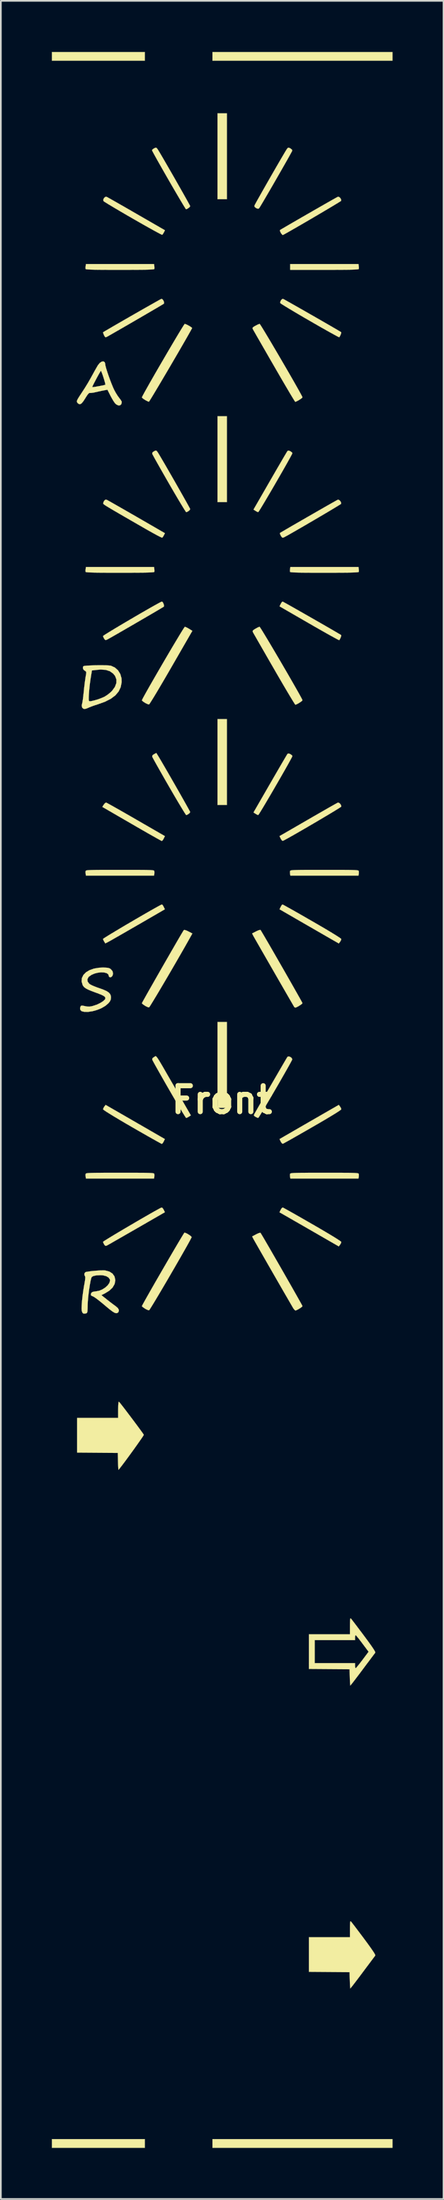
<source format=kicad_pcb>
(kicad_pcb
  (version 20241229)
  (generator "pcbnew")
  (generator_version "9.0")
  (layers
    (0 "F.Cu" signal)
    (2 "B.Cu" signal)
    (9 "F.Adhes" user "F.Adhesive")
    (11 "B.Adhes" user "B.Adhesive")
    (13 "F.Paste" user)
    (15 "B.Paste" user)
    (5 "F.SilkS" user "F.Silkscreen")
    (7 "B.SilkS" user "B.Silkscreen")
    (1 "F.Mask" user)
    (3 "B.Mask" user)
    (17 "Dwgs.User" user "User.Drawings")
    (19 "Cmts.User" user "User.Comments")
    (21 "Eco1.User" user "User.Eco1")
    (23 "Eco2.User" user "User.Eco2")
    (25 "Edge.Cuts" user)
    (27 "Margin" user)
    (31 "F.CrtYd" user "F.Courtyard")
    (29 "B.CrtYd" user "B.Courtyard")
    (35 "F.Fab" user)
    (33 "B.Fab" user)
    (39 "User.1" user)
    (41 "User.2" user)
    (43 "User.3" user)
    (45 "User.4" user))
  (footprint "Front"
    (layer "F.Cu")
    (at 9.996 61.515)
    (property "Reference" "Front" (at 0 0 0) (layer "F.SilkS") (effects (font (size 1.524 1.524) (thickness 0.3))))
    (attr through_hole)
    (fp_poly (pts (xy -4.53 -61.002) (xy -9.991 -61.002) (xy -9.991 -61.51) (xy -4.53 -61.51) (xy -4.53 -61.002)) (stroke (width 0.01) (type solid)) (fill yes) (layer "F.SilkS"))
    (fp_poly (pts (xy -4.53 61.51) (xy -9.991 61.51) (xy -9.991 61.002) (xy -4.53 61.002) (xy -4.53 61.51)) (stroke (width 0.01) (type solid)) (fill yes) (layer "F.SilkS"))
    (fp_poly (pts (xy 0.296 -52.874) (xy -0.254 -52.874) (xy -0.254 -57.912) (xy 0.296 -57.912) (xy 0.296 -52.874)) (stroke (width 0.01) (type solid)) (fill yes) (layer "F.SilkS"))
    (fp_poly (pts (xy 0.296 -35.094) (xy -0.254 -35.094) (xy -0.254 -40.132) (xy 0.296 -40.132) (xy 0.296 -35.094)) (stroke (width 0.01) (type solid)) (fill yes) (layer "F.SilkS"))
    (fp_poly (pts (xy 0.296 -17.314) (xy -0.254 -17.314) (xy -0.254 -22.352) (xy 0.296 -22.352) (xy 0.296 -17.314)) (stroke (width 0.01) (type solid)) (fill yes) (layer "F.SilkS"))
    (fp_poly (pts (xy 0.296 0.466) (xy -0.254 0.466) (xy -0.254 -4.572) (xy 0.296 -4.572) (xy 0.296 0.466)) (stroke (width 0.01) (type solid)) (fill yes) (layer "F.SilkS"))
    (fp_poly (pts (xy 10.033 -61.002) (xy -0.55 -61.002) (xy -0.55 -61.51) (xy 10.033 -61.51) (xy 10.033 -61.002)) (stroke (width 0.01) (type solid)) (fill yes) (layer "F.SilkS"))
    (fp_poly (pts (xy 10.033 61.51) (xy -0.55 61.51) (xy -0.55 61.002) (xy 10.033 61.002) (xy 10.033 61.51)) (stroke (width 0.01) (type solid)) (fill yes) (layer "F.SilkS"))
    (fp_poly (pts (xy 8.051 -48.944) (xy 8.059 -48.839) (xy 8.053 -48.775) (xy 8.025 -48.763) (xy 7.947 -48.752) (xy 7.814 -48.744) (xy 7.621 -48.737) (xy 7.364 -48.732) (xy 7.037 -48.729) (xy 6.637 -48.727) (xy 6.158 -48.726) (xy 6.029 -48.726) (xy 4.022 -48.726) (xy 4.022 -49.064) (xy 8.034 -49.064) (xy 8.051 -48.944)) (stroke (width 0.01) (type solid)) (fill yes) (layer "F.SilkS"))
    (fp_poly (pts (xy -3.971 -48.944) (xy -3.964 -48.839) (xy -3.97 -48.775) (xy -3.998 -48.763) (xy -4.076 -48.752) (xy -4.209 -48.744) (xy -4.402 -48.737) (xy -4.659 -48.732) (xy -4.986 -48.729) (xy -5.386 -48.727) (xy -5.866 -48.726) (xy -5.99 -48.726) (xy -6.489 -48.726) (xy -6.907 -48.728) (xy -7.251 -48.731) (xy -7.524 -48.736) (xy -7.731 -48.742) (xy -7.878 -48.75) (xy -7.969 -48.76) (xy -8.008 -48.772) (xy -8.01 -48.775) (xy -8.017 -48.85) (xy -8.009 -48.944) (xy -7.991 -49.064) (xy -3.989 -49.064) (xy -3.971 -48.944)) (stroke (width 0.01) (type solid)) (fill yes) (layer "F.SilkS"))
    (fp_poly (pts (xy -3.971 -31.164) (xy -3.964 -31.059) (xy -3.97 -30.995) (xy -3.998 -30.983) (xy -4.076 -30.972) (xy -4.209 -30.964) (xy -4.402 -30.957) (xy -4.659 -30.952) (xy -4.986 -30.949) (xy -5.386 -30.947) (xy -5.866 -30.946) (xy -5.99 -30.946) (xy -6.489 -30.946) (xy -6.907 -30.948) (xy -7.251 -30.951) (xy -7.524 -30.956) (xy -7.731 -30.962) (xy -7.878 -30.97) (xy -7.969 -30.98) (xy -8.008 -30.992) (xy -8.01 -30.995) (xy -8.017 -31.07) (xy -8.009 -31.164) (xy -7.991 -31.284) (xy -3.989 -31.284) (xy -3.971 -31.164)) (stroke (width 0.01) (type solid)) (fill yes) (layer "F.SilkS"))
    (fp_poly (pts (xy 8.051 -31.164) (xy 8.059 -31.059) (xy 8.053 -30.995) (xy 8.025 -30.983) (xy 7.947 -30.972) (xy 7.814 -30.964) (xy 7.621 -30.957) (xy 7.363 -30.952) (xy 7.037 -30.949) (xy 6.636 -30.947) (xy 6.157 -30.946) (xy 6.032 -30.946) (xy 5.534 -30.946) (xy 5.115 -30.948) (xy 4.772 -30.951) (xy 4.499 -30.956) (xy 4.291 -30.962) (xy 4.145 -30.97) (xy 4.054 -30.98) (xy 4.015 -30.992) (xy 4.012 -30.995) (xy 4.006 -31.07) (xy 4.014 -31.164) (xy 4.031 -31.284) (xy 8.034 -31.284) (xy 8.051 -31.164)) (stroke (width 0.01) (type solid)) (fill yes) (layer "F.SilkS"))
    (fp_poly (pts (xy -6.802 -17.452) (xy -6.755 -17.429) (xy -6.642 -17.368) (xy -6.47 -17.273) (xy -6.248 -17.148) (xy -5.983 -16.998) (xy -5.683 -16.827) (xy -5.354 -16.639) (xy -5.048 -16.462) (xy -3.35 -15.484) (xy -3.419 -15.341) (xy -3.474 -15.249) (xy -3.524 -15.202) (xy -3.532 -15.201) (xy -3.577 -15.222) (xy -3.687 -15.282) (xy -3.856 -15.376) (xy -4.076 -15.5) (xy -4.34 -15.649) (xy -4.64 -15.821) (xy -4.969 -16.01) (xy -5.302 -16.202) (xy -7.027 -17.2) (xy -6.944 -17.331) (xy -6.875 -17.415) (xy -6.812 -17.452) (xy -6.802 -17.452)) (stroke (width 0.01) (type solid)) (fill yes) (layer "F.SilkS"))
    (fp_poly (pts (xy -5.925 0.816) (xy -5.607 0.999) (xy -5.252 1.204) (xy -4.886 1.415) (xy -4.535 1.616) (xy -4.228 1.794) (xy -4.184 1.819) (xy -3.352 2.299) (xy -3.42 2.441) (xy -3.475 2.533) (xy -3.524 2.579) (xy -3.532 2.58) (xy -3.577 2.559) (xy -3.687 2.499) (xy -3.856 2.406) (xy -4.076 2.283) (xy -4.34 2.134) (xy -4.639 1.963) (xy -4.967 1.776) (xy -5.28 1.596) (xy -5.687 1.36) (xy -6.046 1.149) (xy -6.353 0.965) (xy -6.604 0.811) (xy -6.795 0.691) (xy -6.922 0.605) (xy -6.979 0.557) (xy -6.983 0.55) (xy -6.959 0.472) (xy -6.909 0.39) (xy -6.834 0.294) (xy -5.925 0.816)) (stroke (width 0.01) (type solid)) (fill yes) (layer "F.SilkS"))
    (fp_poly (pts (xy -5.525 -13.504) (xy -5.138 -13.504) (xy -4.821 -13.502) (xy -4.568 -13.5) (xy -4.371 -13.496) (xy -4.223 -13.491) (xy -4.117 -13.484) (xy -4.046 -13.475) (xy -4.002 -13.463) (xy -3.98 -13.449) (xy -3.971 -13.432) (xy -3.97 -13.43) (xy -3.965 -13.328) (xy -3.972 -13.261) (xy -3.989 -13.166) (xy -7.991 -13.166) (xy -8.008 -13.261) (xy -8.016 -13.372) (xy -8.01 -13.43) (xy -8.002 -13.447) (xy -7.982 -13.462) (xy -7.941 -13.473) (xy -7.874 -13.483) (xy -7.772 -13.49) (xy -7.63 -13.495) (xy -7.439 -13.499) (xy -7.192 -13.502) (xy -6.883 -13.503) (xy -6.505 -13.504) (xy -6.05 -13.504) (xy -5.99 -13.504) (xy -5.525 -13.504)) (stroke (width 0.01) (type solid)) (fill yes) (layer "F.SilkS"))
    (fp_poly (pts (xy -5.525 4.276) (xy -5.138 4.276) (xy -4.821 4.278) (xy -4.568 4.28) (xy -4.371 4.284) (xy -4.223 4.289) (xy -4.117 4.296) (xy -4.046 4.305) (xy -4.002 4.317) (xy -3.98 4.331) (xy -3.971 4.348) (xy -3.97 4.35) (xy -3.965 4.452) (xy -3.972 4.519) (xy -3.989 4.614) (xy -7.991 4.614) (xy -8.008 4.519) (xy -8.016 4.408) (xy -8.01 4.35) (xy -8.002 4.333) (xy -7.982 4.318) (xy -7.941 4.307) (xy -7.874 4.297) (xy -7.772 4.29) (xy -7.63 4.285) (xy -7.439 4.281) (xy -7.192 4.278) (xy -6.883 4.277) (xy -6.505 4.276) (xy -6.05 4.276) (xy -5.99 4.276) (xy -5.525 4.276)) (stroke (width 0.01) (type solid)) (fill yes) (layer "F.SilkS"))
    (fp_poly (pts (xy 3.609 -11.452) (xy 3.718 -11.393) (xy 3.885 -11.3) (xy 4.104 -11.178) (xy 4.366 -11.03) (xy 4.665 -10.86) (xy 4.993 -10.672) (xy 5.314 -10.488) (xy 5.726 -10.25) (xy 6.088 -10.038) (xy 6.397 -9.853) (xy 6.649 -9.7) (xy 6.84 -9.579) (xy 6.966 -9.494) (xy 7.023 -9.447) (xy 7.025 -9.44) (xy 7.001 -9.362) (xy 6.952 -9.281) (xy 6.878 -9.185) (xy 6.116 -9.622) (xy 5.854 -9.773) (xy 5.54 -9.954) (xy 5.198 -10.151) (xy 4.849 -10.351) (xy 4.517 -10.543) (xy 4.375 -10.625) (xy 3.395 -11.19) (xy 3.462 -11.331) (xy 3.515 -11.423) (xy 3.56 -11.471) (xy 3.566 -11.472) (xy 3.609 -11.452)) (stroke (width 0.01) (type solid)) (fill yes) (layer "F.SilkS"))
    (fp_poly (pts (xy 3.631 6.34) (xy 3.743 6.401) (xy 3.914 6.496) (xy 4.135 6.62) (xy 4.4 6.77) (xy 4.7 6.941) (xy 5.028 7.129) (xy 5.331 7.303) (xy 5.735 7.536) (xy 6.092 7.746) (xy 6.398 7.928) (xy 6.648 8.08) (xy 6.838 8.201) (xy 6.964 8.286) (xy 7.022 8.333) (xy 7.025 8.34) (xy 7.001 8.418) (xy 6.951 8.5) (xy 6.876 8.597) (xy 5.798 7.977) (xy 5.481 7.794) (xy 5.148 7.603) (xy 4.818 7.413) (xy 4.509 7.236) (xy 4.24 7.082) (xy 4.056 6.976) (xy 3.392 6.596) (xy 3.461 6.451) (xy 3.518 6.36) (xy 3.573 6.317) (xy 3.584 6.317) (xy 3.631 6.34)) (stroke (width 0.01) (type solid)) (fill yes) (layer "F.SilkS"))
    (fp_poly (pts (xy 6.497 -13.504) (xy 6.884 -13.504) (xy 7.201 -13.502) (xy 7.455 -13.5) (xy 7.652 -13.496) (xy 7.8 -13.491) (xy 7.906 -13.484) (xy 7.977 -13.475) (xy 8.02 -13.463) (xy 8.043 -13.449) (xy 8.052 -13.432) (xy 8.052 -13.43) (xy 8.058 -13.328) (xy 8.051 -13.261) (xy 8.033 -13.166) (xy 4.032 -13.166) (xy 4.014 -13.261) (xy 4.007 -13.372) (xy 4.013 -13.43) (xy 4.02 -13.447) (xy 4.041 -13.462) (xy 4.082 -13.473) (xy 4.149 -13.483) (xy 4.25 -13.49) (xy 4.393 -13.495) (xy 4.584 -13.499) (xy 4.83 -13.502) (xy 5.139 -13.503) (xy 5.518 -13.504) (xy 5.973 -13.504) (xy 6.032 -13.504) (xy 6.497 -13.504)) (stroke (width 0.01) (type solid)) (fill yes) (layer "F.SilkS"))
    (fp_poly (pts (xy 6.497 4.276) (xy 6.884 4.276) (xy 7.201 4.278) (xy 7.455 4.28) (xy 7.652 4.284) (xy 7.8 4.289) (xy 7.906 4.296) (xy 7.977 4.305) (xy 8.02 4.317) (xy 8.043 4.331) (xy 8.052 4.348) (xy 8.052 4.35) (xy 8.058 4.452) (xy 8.051 4.519) (xy 8.033 4.614) (xy 4.032 4.614) (xy 4.014 4.519) (xy 4.007 4.408) (xy 4.013 4.35) (xy 4.02 4.333) (xy 4.041 4.318) (xy 4.082 4.307) (xy 4.149 4.297) (xy 4.25 4.29) (xy 4.393 4.285) (xy 4.584 4.281) (xy 4.83 4.278) (xy 5.139 4.277) (xy 5.518 4.276) (xy 5.973 4.276) (xy 6.032 4.276) (xy 6.497 4.276)) (stroke (width 0.01) (type solid)) (fill yes) (layer "F.SilkS"))
    (fp_poly (pts (xy 6.951 0.39) (xy 7.006 0.483) (xy 7.025 0.55) (xy 6.989 0.586) (xy 6.882 0.661) (xy 6.71 0.772) (xy 6.476 0.915) (xy 6.185 1.09) (xy 5.841 1.293) (xy 5.447 1.521) (xy 5.332 1.587) (xy 4.985 1.787) (xy 4.66 1.972) (xy 4.364 2.141) (xy 4.105 2.288) (xy 3.89 2.409) (xy 3.726 2.499) (xy 3.622 2.556) (xy 3.585 2.573) (xy 3.534 2.547) (xy 3.475 2.466) (xy 3.463 2.442) (xy 3.394 2.299) (xy 4.227 1.819) (xy 4.525 1.647) (xy 4.87 1.448) (xy 5.236 1.237) (xy 5.595 1.031) (xy 5.921 0.843) (xy 5.968 0.816) (xy 6.877 0.294) (xy 6.951 0.39)) (stroke (width 0.01) (type solid)) (fill yes) (layer "F.SilkS"))
    (fp_poly (pts (xy -6.784 -53.013) (xy -6.733 -52.987) (xy -6.616 -52.923) (xy -6.442 -52.825) (xy -6.217 -52.698) (xy -5.95 -52.545) (xy -5.647 -52.372) (xy -5.318 -52.183) (xy -5.028 -52.016) (xy -3.346 -51.047) (xy -3.408 -50.926) (xy -3.463 -50.835) (xy -3.506 -50.783) (xy -3.507 -50.783) (xy -3.55 -50.799) (xy -3.659 -50.853) (xy -3.826 -50.942) (xy -4.044 -51.061) (xy -4.305 -51.206) (xy -4.603 -51.373) (xy -4.929 -51.559) (xy -5.232 -51.732) (xy -5.579 -51.932) (xy -5.903 -52.121) (xy -6.197 -52.294) (xy -6.454 -52.446) (xy -6.667 -52.574) (xy -6.827 -52.673) (xy -6.928 -52.738) (xy -6.961 -52.764) (xy -6.972 -52.843) (xy -6.933 -52.931) (xy -6.866 -52.999) (xy -6.79 -53.016) (xy -6.784 -53.013)) (stroke (width 0.01) (type solid)) (fill yes) (layer "F.SilkS"))
    (fp_poly (pts (xy -3.483 -11.438) (xy -3.43 -11.353) (xy -3.42 -11.331) (xy -3.352 -11.19) (xy -4.921 -10.283) (xy -5.261 -10.088) (xy -5.583 -9.902) (xy -5.88 -9.731) (xy -6.143 -9.581) (xy -6.364 -9.455) (xy -6.532 -9.359) (xy -6.641 -9.299) (xy -6.67 -9.283) (xy -6.85 -9.189) (xy -6.917 -9.292) (xy -6.967 -9.385) (xy -6.984 -9.449) (xy -6.949 -9.479) (xy -6.848 -9.544) (xy -6.692 -9.642) (xy -6.488 -9.766) (xy -6.246 -9.912) (xy -5.974 -10.074) (xy -5.682 -10.247) (xy -5.376 -10.426) (xy -5.068 -10.606) (xy -4.764 -10.782) (xy -4.475 -10.949) (xy -4.208 -11.102) (xy -3.973 -11.234) (xy -3.778 -11.343) (xy -3.633 -11.421) (xy -3.545 -11.465) (xy -3.524 -11.472) (xy -3.483 -11.438)) (stroke (width 0.01) (type solid)) (fill yes) (layer "F.SilkS"))
    (fp_poly (pts (xy 6.892 -17.438) (xy 6.965 -17.374) (xy 7.016 -17.282) (xy 7.026 -17.221) (xy 6.99 -17.192) (xy 6.89 -17.126) (xy 6.733 -17.029) (xy 6.53 -16.905) (xy 6.288 -16.759) (xy 6.016 -16.598) (xy 5.724 -16.425) (xy 5.419 -16.246) (xy 5.111 -16.066) (xy 4.809 -15.89) (xy 4.52 -15.724) (xy 4.255 -15.572) (xy 4.021 -15.44) (xy 3.828 -15.333) (xy 3.685 -15.255) (xy 3.599 -15.213) (xy 3.582 -15.207) (xy 3.533 -15.233) (xy 3.475 -15.314) (xy 3.462 -15.34) (xy 3.393 -15.484) (xy 5.07 -16.452) (xy 5.416 -16.652) (xy 5.741 -16.838) (xy 6.038 -17.008) (xy 6.298 -17.157) (xy 6.514 -17.279) (xy 6.679 -17.372) (xy 6.784 -17.43) (xy 6.821 -17.449) (xy 6.892 -17.438)) (stroke (width 0.01) (type solid)) (fill yes) (layer "F.SilkS"))
    (fp_poly (pts (xy -3.49 6.343) (xy -3.432 6.424) (xy -3.42 6.448) (xy -3.351 6.592) (xy -5.009 7.546) (xy -5.354 7.744) (xy -5.679 7.93) (xy -5.975 8.1) (xy -6.236 8.249) (xy -6.452 8.373) (xy -6.617 8.467) (xy -6.723 8.526) (xy -6.758 8.546) (xy -6.832 8.568) (xy -6.888 8.53) (xy -6.917 8.488) (xy -6.966 8.395) (xy -6.984 8.331) (xy -6.948 8.302) (xy -6.848 8.236) (xy -6.691 8.139) (xy -6.488 8.015) (xy -6.246 7.869) (xy -5.974 7.708) (xy -5.682 7.535) (xy -5.377 7.356) (xy -5.069 7.176) (xy -4.767 7) (xy -4.478 6.834) (xy -4.213 6.682) (xy -3.98 6.55) (xy -3.786 6.443) (xy -3.643 6.365) (xy -3.557 6.323) (xy -3.54 6.317) (xy -3.49 6.343)) (stroke (width 0.01) (type solid)) (fill yes) (layer "F.SilkS"))
    (fp_poly (pts (xy 3.611 -29.232) (xy 3.717 -29.174) (xy 3.878 -29.085) (xy 4.086 -28.968) (xy 4.332 -28.829) (xy 4.607 -28.673) (xy 4.902 -28.505) (xy 5.209 -28.33) (xy 5.518 -28.153) (xy 5.821 -27.98) (xy 6.108 -27.815) (xy 6.372 -27.663) (xy 6.602 -27.529) (xy 6.791 -27.419) (xy 6.929 -27.338) (xy 7.008 -27.29) (xy 7.022 -27.28) (xy 7.02 -27.235) (xy 6.99 -27.15) (xy 6.949 -27.059) (xy 6.911 -26.996) (xy 6.901 -26.988) (xy 6.86 -27.005) (xy 6.752 -27.06) (xy 6.586 -27.15) (xy 6.368 -27.27) (xy 6.107 -27.416) (xy 5.808 -27.585) (xy 5.48 -27.772) (xy 5.134 -27.971) (xy 3.396 -28.973) (xy 3.463 -29.113) (xy 3.517 -29.204) (xy 3.564 -29.251) (xy 3.57 -29.252) (xy 3.611 -29.232)) (stroke (width 0.01) (type solid)) (fill yes) (layer "F.SilkS"))
    (fp_poly (pts (xy -6.727 -35.204) (xy -6.61 -35.139) (xy -6.435 -35.04) (xy -6.209 -34.912) (xy -5.941 -34.759) (xy -5.639 -34.586) (xy -5.309 -34.397) (xy -5.024 -34.233) (xy -3.347 -33.265) (xy -3.409 -33.145) (xy -3.463 -33.054) (xy -3.507 -33.003) (xy -3.507 -33.003) (xy -3.552 -33.017) (xy -3.66 -33.068) (xy -3.821 -33.151) (xy -4.023 -33.261) (xy -4.257 -33.391) (xy -4.449 -33.5) (xy -4.945 -33.785) (xy -5.371 -34.03) (xy -5.734 -34.239) (xy -6.039 -34.416) (xy -6.29 -34.562) (xy -6.493 -34.681) (xy -6.652 -34.776) (xy -6.773 -34.849) (xy -6.86 -34.905) (xy -6.918 -34.945) (xy -6.954 -34.973) (xy -6.97 -34.992) (xy -6.973 -34.996) (xy -6.967 -35.07) (xy -6.926 -35.157) (xy -6.855 -35.23) (xy -6.779 -35.231) (xy -6.727 -35.204)) (stroke (width 0.01) (type solid)) (fill yes) (layer "F.SilkS"))
    (fp_poly (pts (xy 3.983 -38.097) (xy 4.026 -38.077) (xy 4.111 -38.019) (xy 4.149 -37.967) (xy 4.149 -37.965) (xy 4.128 -37.916) (xy 4.07 -37.804) (xy 3.979 -37.638) (xy 3.861 -37.426) (xy 3.72 -37.177) (xy 3.562 -36.9) (xy 3.392 -36.604) (xy 3.214 -36.297) (xy 3.035 -35.988) (xy 2.859 -35.687) (xy 2.69 -35.401) (xy 2.536 -35.14) (xy 2.399 -34.912) (xy 2.286 -34.726) (xy 2.201 -34.591) (xy 2.15 -34.516) (xy 2.138 -34.503) (xy 2.076 -34.524) (xy 1.984 -34.576) (xy 1.98 -34.579) (xy 1.864 -34.655) (xy 2.839 -36.344) (xy 3.04 -36.691) (xy 3.228 -37.016) (xy 3.4 -37.311) (xy 3.551 -37.57) (xy 3.677 -37.785) (xy 3.774 -37.948) (xy 3.836 -38.051) (xy 3.859 -38.087) (xy 3.907 -38.116) (xy 3.983 -38.097)) (stroke (width 0.01) (type solid)) (fill yes) (layer "F.SilkS"))
    (fp_poly (pts (xy 3.989 -20.315) (xy 4.026 -20.297) (xy 4.111 -20.239) (xy 4.149 -20.187) (xy 4.149 -20.184) (xy 4.128 -20.135) (xy 4.07 -20.023) (xy 3.979 -19.857) (xy 3.861 -19.645) (xy 3.72 -19.396) (xy 3.562 -19.119) (xy 3.392 -18.823) (xy 3.214 -18.516) (xy 3.035 -18.207) (xy 2.859 -17.906) (xy 2.69 -17.62) (xy 2.536 -17.359) (xy 2.399 -17.131) (xy 2.286 -16.945) (xy 2.201 -16.81) (xy 2.15 -16.735) (xy 2.138 -16.722) (xy 2.076 -16.744) (xy 1.984 -16.796) (xy 1.98 -16.799) (xy 1.864 -16.875) (xy 2.841 -18.566) (xy 3.041 -18.912) (xy 3.23 -19.237) (xy 3.402 -19.533) (xy 3.553 -19.792) (xy 3.679 -20.006) (xy 3.775 -20.169) (xy 3.837 -20.273) (xy 3.86 -20.308) (xy 3.91 -20.336) (xy 3.989 -20.315)) (stroke (width 0.01) (type solid)) (fill yes) (layer "F.SilkS"))
    (fp_poly (pts (xy -3.885 -2.564) (xy -3.856 -2.545) (xy -3.817 -2.502) (xy -3.766 -2.43) (xy -3.697 -2.324) (xy -3.608 -2.176) (xy -3.494 -1.983) (xy -3.352 -1.738) (xy -3.177 -1.435) (xy -2.966 -1.07) (xy -2.777 -0.743) (xy -1.824 0.907) (xy -1.939 0.982) (xy -2.031 1.035) (xy -2.095 1.058) (xy -2.096 1.058) (xy -2.126 1.023) (xy -2.193 0.921) (xy -2.293 0.76) (xy -2.422 0.548) (xy -2.575 0.292) (xy -2.749 -0.002) (xy -2.938 -0.325) (xy -3.106 -0.615) (xy -3.305 -0.96) (xy -3.491 -1.285) (xy -3.66 -1.582) (xy -3.807 -1.843) (xy -3.929 -2.059) (xy -4.02 -2.225) (xy -4.076 -2.331) (xy -4.093 -2.368) (xy -4.083 -2.441) (xy -4.002 -2.507) (xy -3.985 -2.516) (xy -3.955 -2.535) (xy -3.93 -2.553) (xy -3.908 -2.565) (xy -3.885 -2.564)) (stroke (width 0.01) (type solid)) (fill yes) (layer "F.SilkS"))
    (fp_poly (pts (xy -2.108 -27.749) (xy -1.999 -27.695) (xy -1.926 -27.652) (xy -1.736 -27.534) (xy -2.982 -25.377) (xy -3.209 -24.986) (xy -3.424 -24.618) (xy -3.624 -24.279) (xy -3.804 -23.975) (xy -3.962 -23.713) (xy -4.093 -23.499) (xy -4.193 -23.341) (xy -4.258 -23.243) (xy -4.284 -23.213) (xy -4.351 -23.229) (xy -4.458 -23.278) (xy -4.519 -23.311) (xy -4.623 -23.38) (xy -4.688 -23.438) (xy -4.699 -23.458) (xy -4.678 -23.508) (xy -4.619 -23.622) (xy -4.526 -23.792) (xy -4.404 -24.01) (xy -4.257 -24.269) (xy -4.09 -24.56) (xy -3.907 -24.877) (xy -3.714 -25.21) (xy -3.514 -25.553) (xy -3.313 -25.897) (xy -3.114 -26.235) (xy -2.923 -26.558) (xy -2.743 -26.859) (xy -2.58 -27.13) (xy -2.439 -27.364) (xy -2.323 -27.552) (xy -2.237 -27.686) (xy -2.187 -27.759) (xy -2.175 -27.771) (xy -2.108 -27.749)) (stroke (width 0.01) (type solid)) (fill yes) (layer "F.SilkS"))
    (fp_poly (pts (xy -6.015 17.758) (xy -5.936 17.856) (xy -5.823 18) (xy -5.684 18.18) (xy -5.528 18.386) (xy -5.361 18.606) (xy -5.192 18.83) (xy -5.029 19.048) (xy -4.881 19.248) (xy -4.755 19.42) (xy -4.659 19.553) (xy -4.602 19.636) (xy -4.59 19.657) (xy -4.61 19.699) (xy -4.674 19.798) (xy -4.774 19.943) (xy -4.902 20.126) (xy -5.05 20.335) (xy -5.212 20.561) (xy -5.38 20.792) (xy -5.546 21.019) (xy -5.702 21.23) (xy -5.843 21.417) (xy -5.959 21.568) (xy -6.043 21.673) (xy -6.077 21.712) (xy -6.084 21.679) (xy -6.092 21.577) (xy -6.099 21.422) (xy -6.105 21.229) (xy -6.105 21.225) (xy -6.117 20.722) (xy -7.313 20.711) (xy -8.509 20.7) (xy -8.509 18.669) (xy -6.096 18.669) (xy -6.096 18.18) (xy -6.093 17.945) (xy -6.082 17.793) (xy -6.065 17.722) (xy -6.052 17.718) (xy -6.015 17.758)) (stroke (width 0.01) (type solid)) (fill yes) (layer "F.SilkS"))
    (fp_poly (pts (xy -3.754 -20.204) (xy -3.686 -20.092) (xy -3.587 -19.926) (xy -3.463 -19.713) (xy -3.318 -19.465) (xy -3.158 -19.189) (xy -2.989 -18.895) (xy -2.814 -18.591) (xy -2.64 -18.287) (xy -2.471 -17.991) (xy -2.313 -17.713) (xy -2.171 -17.461) (xy -2.05 -17.245) (xy -1.955 -17.074) (xy -1.891 -16.956) (xy -1.863 -16.901) (xy -1.863 -16.899) (xy -1.895 -16.843) (xy -1.971 -16.778) (xy -2.055 -16.731) (xy -2.094 -16.722) (xy -2.124 -16.758) (xy -2.191 -16.859) (xy -2.291 -17.02) (xy -2.42 -17.232) (xy -2.574 -17.489) (xy -2.748 -17.783) (xy -2.937 -18.106) (xy -3.106 -18.397) (xy -3.305 -18.742) (xy -3.491 -19.067) (xy -3.66 -19.364) (xy -3.808 -19.625) (xy -3.929 -19.841) (xy -4.02 -20.007) (xy -4.077 -20.113) (xy -4.094 -20.15) (xy -4.082 -20.223) (xy -3.996 -20.29) (xy -3.984 -20.296) (xy -3.854 -20.364) (xy -3.754 -20.204)) (stroke (width 0.01) (type solid)) (fill yes) (layer "F.SilkS"))
    (fp_poly (pts (xy -3.842 -38.106) (xy -3.786 -38.037) (xy -3.778 -38.026) (xy -3.73 -37.95) (xy -3.648 -37.814) (xy -3.538 -37.627) (xy -3.404 -37.399) (xy -3.252 -37.138) (xy -3.088 -36.853) (xy -2.915 -36.553) (xy -2.74 -36.248) (xy -2.568 -35.946) (xy -2.403 -35.656) (xy -2.251 -35.387) (xy -2.117 -35.149) (xy -2.006 -34.95) (xy -1.923 -34.8) (xy -1.874 -34.707) (xy -1.863 -34.68) (xy -1.896 -34.623) (xy -1.971 -34.558) (xy -2.055 -34.511) (xy -2.094 -34.502) (xy -2.124 -34.538) (xy -2.191 -34.64) (xy -2.291 -34.801) (xy -2.42 -35.013) (xy -2.574 -35.27) (xy -2.747 -35.564) (xy -2.937 -35.888) (xy -3.107 -36.181) (xy -3.306 -36.527) (xy -3.492 -36.852) (xy -3.661 -37.148) (xy -3.808 -37.409) (xy -3.93 -37.625) (xy -4.021 -37.791) (xy -4.077 -37.896) (xy -4.095 -37.934) (xy -4.078 -38.008) (xy -3.986 -38.075) (xy -3.896 -38.116) (xy -3.842 -38.106)) (stroke (width 0.01) (type solid)) (fill yes) (layer "F.SilkS"))
    (fp_poly (pts (xy 3.645 -46.997) (xy 3.755 -46.937) (xy 3.92 -46.844) (xy 4.132 -46.725) (xy 4.381 -46.584) (xy 4.659 -46.426) (xy 4.956 -46.257) (xy 5.263 -46.081) (xy 5.572 -45.905) (xy 5.873 -45.732) (xy 6.157 -45.568) (xy 6.416 -45.419) (xy 6.64 -45.289) (xy 6.821 -45.183) (xy 6.949 -45.107) (xy 7.015 -45.066) (xy 7.022 -45.061) (xy 7.019 -45.016) (xy 6.99 -44.93) (xy 6.949 -44.839) (xy 6.911 -44.776) (xy 6.902 -44.769) (xy 6.861 -44.786) (xy 6.754 -44.841) (xy 6.588 -44.931) (xy 6.371 -45.051) (xy 6.11 -45.197) (xy 5.812 -45.365) (xy 5.486 -45.552) (xy 5.164 -45.737) (xy 4.816 -45.938) (xy 4.492 -46.128) (xy 4.198 -46.302) (xy 3.941 -46.455) (xy 3.729 -46.584) (xy 3.57 -46.683) (xy 3.47 -46.749) (xy 3.437 -46.776) (xy 3.441 -46.859) (xy 3.486 -46.948) (xy 3.55 -47.01) (xy 3.599 -47.02) (xy 3.645 -46.997)) (stroke (width 0.01) (type solid)) (fill yes) (layer "F.SilkS"))
    (fp_poly (pts (xy 7.591 48.225) (xy 7.63 48.273) (xy 7.713 48.379) (xy 7.832 48.534) (xy 7.98 48.73) (xy 8.151 48.956) (xy 8.337 49.203) (xy 8.355 49.227) (xy 8.596 49.554) (xy 8.784 49.816) (xy 8.919 50.013) (xy 9 50.147) (xy 9.027 50.215) (xy 9.025 50.222) (xy 8.99 50.268) (xy 8.912 50.372) (xy 8.797 50.525) (xy 8.652 50.719) (xy 8.483 50.943) (xy 8.299 51.19) (xy 8.282 51.213) (xy 8.098 51.458) (xy 7.93 51.679) (xy 7.786 51.868) (xy 7.671 52.016) (xy 7.593 52.114) (xy 7.558 52.154) (xy 7.557 52.155) (xy 7.549 52.115) (xy 7.54 52.008) (xy 7.532 51.85) (xy 7.526 51.678) (xy 7.514 51.202) (xy 6.318 51.191) (xy 5.122 51.18) (xy 5.122 49.149) (xy 7.535 49.149) (xy 7.535 48.659) (xy 7.537 48.448) (xy 7.542 48.311) (xy 7.553 48.236) (xy 7.57 48.213) (xy 7.591 48.225)) (stroke (width 0.01) (type solid)) (fill yes) (layer "F.SilkS"))
    (fp_poly (pts (xy -3.84 -55.884) (xy -3.78 -55.81) (xy -3.777 -55.806) (xy -3.73 -55.732) (xy -3.649 -55.598) (xy -3.54 -55.413) (xy -3.407 -55.186) (xy -3.256 -54.925) (xy -3.092 -54.641) (xy -2.919 -54.342) (xy -2.744 -54.037) (xy -2.572 -53.735) (xy -2.407 -53.445) (xy -2.254 -53.176) (xy -2.12 -52.937) (xy -2.008 -52.737) (xy -1.925 -52.586) (xy -1.875 -52.492) (xy -1.863 -52.463) (xy -1.895 -52.412) (xy -1.97 -52.349) (xy -2.054 -52.298) (xy -2.105 -52.283) (xy -2.132 -52.318) (xy -2.197 -52.42) (xy -2.295 -52.581) (xy -2.423 -52.794) (xy -2.575 -53.051) (xy -2.748 -53.346) (xy -2.938 -53.671) (xy -3.122 -53.99) (xy -3.322 -54.337) (xy -3.508 -54.663) (xy -3.677 -54.96) (xy -3.824 -55.22) (xy -3.944 -55.436) (xy -4.034 -55.601) (xy -4.089 -55.706) (xy -4.106 -55.744) (xy -4.072 -55.795) (xy -3.99 -55.853) (xy -3.982 -55.857) (xy -3.894 -55.896) (xy -3.84 -55.884)) (stroke (width 0.01) (type solid)) (fill yes) (layer "F.SilkS"))
    (fp_poly (pts (xy -3.477 -29.216) (xy -3.432 -29.132) (xy -3.404 -29.037) (xy -3.406 -28.965) (xy -3.412 -28.956) (xy -3.454 -28.929) (xy -3.561 -28.865) (xy -3.722 -28.769) (xy -3.93 -28.647) (xy -4.176 -28.503) (xy -4.449 -28.344) (xy -4.742 -28.174) (xy -5.044 -27.998) (xy -5.348 -27.822) (xy -5.644 -27.651) (xy -5.923 -27.49) (xy -6.176 -27.344) (xy -6.395 -27.219) (xy -6.569 -27.12) (xy -6.69 -27.053) (xy -6.737 -27.027) (xy -6.822 -26.992) (xy -6.874 -27.013) (xy -6.917 -27.072) (xy -6.967 -27.165) (xy -6.984 -27.229) (xy -6.949 -27.259) (xy -6.849 -27.325) (xy -6.692 -27.423) (xy -6.489 -27.548) (xy -6.247 -27.694) (xy -5.975 -27.856) (xy -5.682 -28.029) (xy -5.377 -28.208) (xy -5.068 -28.389) (xy -4.765 -28.565) (xy -4.475 -28.731) (xy -4.209 -28.884) (xy -3.974 -29.016) (xy -3.779 -29.124) (xy -3.633 -29.202) (xy -3.546 -29.245) (xy -3.525 -29.252) (xy -3.477 -29.216)) (stroke (width 0.01) (type solid)) (fill yes) (layer "F.SilkS"))
    (fp_poly (pts (xy 4.015 -2.528) (xy 4.095 -2.472) (xy 4.137 -2.401) (xy 4.137 -2.372) (xy 4.11 -2.312) (xy 4.046 -2.192) (xy 3.95 -2.018) (xy 3.828 -1.8) (xy 3.684 -1.547) (xy 3.524 -1.268) (xy 3.353 -0.97) (xy 3.175 -0.664) (xy 2.996 -0.358) (xy 2.821 -0.06) (xy 2.655 0.22) (xy 2.504 0.474) (xy 2.372 0.693) (xy 2.265 0.868) (xy 2.187 0.99) (xy 2.144 1.051) (xy 2.138 1.057) (xy 2.073 1.037) (xy 1.978 0.991) (xy 1.901 0.939) (xy 1.888 0.887) (xy 1.911 0.834) (xy 1.952 0.761) (xy 2.028 0.627) (xy 2.133 0.442) (xy 2.264 0.215) (xy 2.415 -0.046) (xy 2.579 -0.331) (xy 2.753 -0.631) (xy 2.931 -0.938) (xy 3.107 -1.241) (xy 3.277 -1.533) (xy 3.434 -1.804) (xy 3.575 -2.045) (xy 3.693 -2.247) (xy 3.784 -2.401) (xy 3.842 -2.498) (xy 3.861 -2.528) (xy 3.927 -2.553) (xy 4.015 -2.528)) (stroke (width 0.01) (type solid)) (fill yes) (layer "F.SilkS"))
    (fp_poly (pts (xy 6.892 -35.219) (xy 6.962 -35.155) (xy 7.01 -35.069) (xy 7.014 -34.993) (xy 6.976 -34.965) (xy 6.873 -34.9) (xy 6.714 -34.803) (xy 6.509 -34.679) (xy 6.266 -34.534) (xy 5.993 -34.373) (xy 5.7 -34.2) (xy 5.396 -34.022) (xy 5.089 -33.843) (xy 4.789 -33.668) (xy 4.504 -33.504) (xy 4.242 -33.353) (xy 4.014 -33.223) (xy 3.827 -33.118) (xy 3.69 -33.044) (xy 3.651 -33.024) (xy 3.584 -33) (xy 3.533 -33.025) (xy 3.473 -33.113) (xy 3.426 -33.207) (xy 3.415 -33.27) (xy 3.419 -33.277) (xy 3.464 -33.306) (xy 3.573 -33.37) (xy 3.738 -33.467) (xy 3.949 -33.59) (xy 4.197 -33.734) (xy 4.474 -33.893) (xy 4.771 -34.064) (xy 5.077 -34.24) (xy 5.385 -34.417) (xy 5.685 -34.589) (xy 5.969 -34.751) (xy 6.226 -34.898) (xy 6.449 -35.024) (xy 6.628 -35.125) (xy 6.754 -35.195) (xy 6.818 -35.229) (xy 6.823 -35.232) (xy 6.892 -35.219)) (stroke (width 0.01) (type solid)) (fill yes) (layer "F.SilkS"))
    (fp_poly (pts (xy 6.898 -53.002) (xy 6.969 -52.938) (xy 7.015 -52.851) (xy 7.016 -52.778) (xy 6.978 -52.75) (xy 6.875 -52.686) (xy 6.716 -52.589) (xy 6.511 -52.465) (xy 6.267 -52.32) (xy 5.993 -52.158) (xy 5.699 -51.984) (xy 5.392 -51.804) (xy 5.083 -51.623) (xy 4.778 -51.446) (xy 4.488 -51.278) (xy 4.221 -51.125) (xy 3.986 -50.99) (xy 3.791 -50.88) (xy 3.645 -50.8) (xy 3.588 -50.77) (xy 3.549 -50.791) (xy 3.49 -50.866) (xy 3.473 -50.892) (xy 3.426 -50.987) (xy 3.415 -51.051) (xy 3.419 -51.058) (xy 3.464 -51.087) (xy 3.573 -51.152) (xy 3.738 -51.248) (xy 3.949 -51.371) (xy 4.198 -51.515) (xy 4.475 -51.675) (xy 4.771 -51.846) (xy 5.078 -52.022) (xy 5.386 -52.199) (xy 5.687 -52.371) (xy 5.97 -52.533) (xy 6.228 -52.68) (xy 6.451 -52.806) (xy 6.63 -52.907) (xy 6.757 -52.977) (xy 6.821 -53.011) (xy 6.826 -53.014) (xy 6.898 -53.002)) (stroke (width 0.01) (type solid)) (fill yes) (layer "F.SilkS"))
    (fp_poly (pts (xy 4.016 -55.862) (xy 4.028 -55.855) (xy 4.123 -55.783) (xy 4.138 -55.718) (xy 4.113 -55.666) (xy 4.051 -55.551) (xy 3.956 -55.38) (xy 3.835 -55.164) (xy 3.691 -54.912) (xy 3.531 -54.632) (xy 3.36 -54.334) (xy 3.183 -54.026) (xy 3.006 -53.719) (xy 2.833 -53.421) (xy 2.67 -53.142) (xy 2.522 -52.889) (xy 2.395 -52.674) (xy 2.293 -52.504) (xy 2.222 -52.389) (xy 2.188 -52.338) (xy 2.187 -52.338) (xy 2.131 -52.311) (xy 2.044 -52.338) (xy 2.017 -52.352) (xy 1.929 -52.422) (xy 1.917 -52.493) (xy 1.942 -52.543) (xy 2.003 -52.657) (xy 2.097 -52.827) (xy 2.218 -53.041) (xy 2.36 -53.292) (xy 2.518 -53.57) (xy 2.687 -53.866) (xy 2.862 -54.171) (xy 3.037 -54.475) (xy 3.207 -54.77) (xy 3.367 -55.045) (xy 3.511 -55.292) (xy 3.635 -55.502) (xy 3.732 -55.666) (xy 3.798 -55.773) (xy 3.819 -55.806) (xy 3.879 -55.882) (xy 3.932 -55.897) (xy 4.016 -55.862)) (stroke (width 0.01) (type solid)) (fill yes) (layer "F.SilkS"))
    (fp_poly (pts (xy -3.494 -46.999) (xy -3.438 -46.926) (xy -3.401 -46.834) (xy -3.4 -46.756) (xy -3.412 -46.737) (xy -3.454 -46.711) (xy -3.56 -46.647) (xy -3.721 -46.552) (xy -3.928 -46.43) (xy -4.174 -46.287) (xy -4.447 -46.128) (xy -4.74 -45.957) (xy -5.044 -45.781) (xy -5.349 -45.604) (xy -5.647 -45.432) (xy -5.928 -45.27) (xy -6.184 -45.123) (xy -6.406 -44.996) (xy -6.584 -44.894) (xy -6.71 -44.823) (xy -6.763 -44.794) (xy -6.828 -44.769) (xy -6.873 -44.792) (xy -6.922 -44.877) (xy -6.929 -44.892) (xy -6.97 -44.991) (xy -6.984 -45.053) (xy -6.982 -45.059) (xy -6.938 -45.088) (xy -6.829 -45.153) (xy -6.665 -45.249) (xy -6.454 -45.372) (xy -6.206 -45.516) (xy -5.929 -45.675) (xy -5.632 -45.846) (xy -5.325 -46.022) (xy -5.016 -46.199) (xy -4.714 -46.371) (xy -4.428 -46.533) (xy -4.168 -46.68) (xy -3.943 -46.807) (xy -3.761 -46.909) (xy -3.631 -46.981) (xy -3.562 -47.017) (xy -3.554 -47.021) (xy -3.494 -46.999)) (stroke (width 0.01) (type solid)) (fill yes) (layer "F.SilkS"))
    (fp_poly (pts (xy -2.054 -9.932) (xy -1.966 -9.889) (xy -1.735 -9.768) (xy -1.88 -9.509) (xy -2.044 -9.218) (xy -2.226 -8.897) (xy -2.423 -8.555) (xy -2.629 -8.198) (xy -2.84 -7.834) (xy -3.052 -7.47) (xy -3.261 -7.114) (xy -3.462 -6.773) (xy -3.651 -6.454) (xy -3.823 -6.165) (xy -3.975 -5.914) (xy -4.101 -5.708) (xy -4.197 -5.553) (xy -4.26 -5.459) (xy -4.283 -5.43) (xy -4.35 -5.445) (xy -4.457 -5.494) (xy -4.519 -5.53) (xy -4.623 -5.6) (xy -4.688 -5.658) (xy -4.699 -5.679) (xy -4.679 -5.721) (xy -4.62 -5.828) (xy -4.528 -5.993) (xy -4.408 -6.207) (xy -4.263 -6.463) (xy -4.098 -6.752) (xy -3.919 -7.067) (xy -3.728 -7.4) (xy -3.532 -7.743) (xy -3.334 -8.087) (xy -3.139 -8.425) (xy -2.952 -8.75) (xy -2.777 -9.052) (xy -2.619 -9.325) (xy -2.482 -9.56) (xy -2.37 -9.749) (xy -2.289 -9.884) (xy -2.243 -9.958) (xy -2.236 -9.969) (xy -2.175 -9.975) (xy -2.054 -9.932)) (stroke (width 0.01) (type solid)) (fill yes) (layer "F.SilkS"))
    (fp_poly (pts (xy -2.115 -45.532) (xy -2.014 -45.485) (xy -1.904 -45.425) (xy -1.81 -45.364) (xy -1.755 -45.317) (xy -1.75 -45.304) (xy -1.825 -45.166) (xy -1.932 -44.976) (xy -2.066 -44.74) (xy -2.223 -44.467) (xy -2.399 -44.163) (xy -2.588 -43.837) (xy -2.787 -43.497) (xy -2.99 -43.15) (xy -3.193 -42.804) (xy -3.393 -42.466) (xy -3.583 -42.144) (xy -3.76 -41.847) (xy -3.919 -41.581) (xy -4.055 -41.355) (xy -4.165 -41.175) (xy -4.243 -41.051) (xy -4.285 -40.989) (xy -4.291 -40.983) (xy -4.354 -41.005) (xy -4.458 -41.058) (xy -4.519 -41.092) (xy -4.624 -41.161) (xy -4.688 -41.22) (xy -4.699 -41.241) (xy -4.678 -41.29) (xy -4.619 -41.403) (xy -4.526 -41.573) (xy -4.404 -41.79) (xy -4.258 -42.049) (xy -4.091 -42.34) (xy -3.909 -42.657) (xy -3.716 -42.99) (xy -3.516 -43.332) (xy -3.315 -43.676) (xy -3.117 -44.014) (xy -2.926 -44.337) (xy -2.747 -44.639) (xy -2.585 -44.91) (xy -2.444 -45.143) (xy -2.328 -45.331) (xy -2.243 -45.466) (xy -2.193 -45.539) (xy -2.181 -45.551) (xy -2.115 -45.532)) (stroke (width 0.01) (type solid)) (fill yes) (layer "F.SilkS"))
    (fp_poly (pts (xy -2.137 7.807) (xy -2.037 7.854) (xy -1.927 7.92) (xy -1.833 7.989) (xy -1.781 8.045) (xy -1.778 8.056) (xy -1.799 8.105) (xy -1.858 8.219) (xy -1.951 8.389) (xy -2.073 8.608) (xy -2.22 8.867) (xy -2.387 9.159) (xy -2.569 9.476) (xy -2.762 9.81) (xy -2.961 10.152) (xy -3.161 10.496) (xy -3.359 10.833) (xy -3.549 11.155) (xy -3.727 11.455) (xy -3.888 11.725) (xy -4.028 11.956) (xy -4.142 12.141) (xy -4.225 12.272) (xy -4.273 12.341) (xy -4.282 12.35) (xy -4.349 12.335) (xy -4.457 12.286) (xy -4.519 12.25) (xy -4.623 12.18) (xy -4.688 12.123) (xy -4.699 12.103) (xy -4.678 12.058) (xy -4.619 11.948) (xy -4.527 11.781) (xy -4.405 11.565) (xy -4.259 11.308) (xy -4.093 11.017) (xy -3.912 10.701) (xy -3.719 10.368) (xy -3.521 10.025) (xy -3.321 9.681) (xy -3.124 9.342) (xy -2.934 9.018) (xy -2.757 8.716) (xy -2.596 8.443) (xy -2.456 8.208) (xy -2.342 8.019) (xy -2.259 7.883) (xy -2.21 7.808) (xy -2.2 7.796) (xy -2.137 7.807)) (stroke (width 0.01) (type solid)) (fill yes) (layer "F.SilkS"))
    (fp_poly (pts (xy 2.247 -27.735) (xy 2.314 -27.634) (xy 2.413 -27.475) (xy 2.54 -27.266) (xy 2.692 -27.015) (xy 2.862 -26.73) (xy 3.047 -26.418) (xy 3.242 -26.088) (xy 3.443 -25.747) (xy 3.644 -25.402) (xy 3.842 -25.063) (xy 4.031 -24.736) (xy 4.207 -24.43) (xy 4.366 -24.152) (xy 4.503 -23.91) (xy 4.613 -23.713) (xy 4.692 -23.567) (xy 4.735 -23.48) (xy 4.741 -23.461) (xy 4.708 -23.419) (xy 4.624 -23.356) (xy 4.517 -23.287) (xy 4.412 -23.23) (xy 4.336 -23.2) (xy 4.325 -23.199) (xy 4.296 -23.234) (xy 4.23 -23.337) (xy 4.129 -23.5) (xy 3.998 -23.717) (xy 3.84 -23.981) (xy 3.66 -24.286) (xy 3.461 -24.625) (xy 3.247 -24.992) (xy 3.079 -25.284) (xy 2.855 -25.67) (xy 2.644 -26.036) (xy 2.449 -26.376) (xy 2.273 -26.681) (xy 2.121 -26.945) (xy 1.996 -27.162) (xy 1.903 -27.324) (xy 1.846 -27.425) (xy 1.829 -27.455) (xy 1.811 -27.512) (xy 1.835 -27.56) (xy 1.915 -27.62) (xy 1.973 -27.656) (xy 2.092 -27.722) (xy 2.186 -27.763) (xy 2.218 -27.771) (xy 2.247 -27.735)) (stroke (width 0.01) (type solid)) (fill yes) (layer "F.SilkS"))
    (fp_poly (pts (xy 2.252 -45.515) (xy 2.318 -45.414) (xy 2.417 -45.255) (xy 2.544 -45.046) (xy 2.695 -44.795) (xy 2.866 -44.51) (xy 3.05 -44.198) (xy 3.245 -43.868) (xy 3.445 -43.526) (xy 3.646 -43.182) (xy 3.844 -42.843) (xy 4.033 -42.516) (xy 4.209 -42.21) (xy 4.367 -41.932) (xy 4.504 -41.69) (xy 4.613 -41.493) (xy 4.692 -41.347) (xy 4.735 -41.261) (xy 4.741 -41.242) (xy 4.708 -41.202) (xy 4.624 -41.14) (xy 4.517 -41.071) (xy 4.411 -41.013) (xy 4.332 -40.981) (xy 4.317 -40.979) (xy 4.291 -41.014) (xy 4.226 -41.117) (xy 4.126 -41.28) (xy 3.996 -41.496) (xy 3.84 -41.761) (xy 3.661 -42.065) (xy 3.462 -42.405) (xy 3.249 -42.772) (xy 3.08 -43.064) (xy 2.856 -43.45) (xy 2.645 -43.817) (xy 2.449 -44.157) (xy 2.273 -44.462) (xy 2.12 -44.727) (xy 1.995 -44.945) (xy 1.902 -45.108) (xy 1.844 -45.209) (xy 1.827 -45.24) (xy 1.806 -45.298) (xy 1.825 -45.344) (xy 1.898 -45.397) (xy 1.974 -45.441) (xy 2.095 -45.504) (xy 2.19 -45.543) (xy 2.223 -45.551) (xy 2.252 -45.515)) (stroke (width 0.01) (type solid)) (fill yes) (layer "F.SilkS"))
    (fp_poly (pts (xy 2.278 -9.969) (xy 2.309 -9.922) (xy 2.376 -9.81) (xy 2.476 -9.641) (xy 2.603 -9.423) (xy 2.754 -9.165) (xy 2.923 -8.873) (xy 3.106 -8.556) (xy 3.298 -8.223) (xy 3.495 -7.88) (xy 3.693 -7.536) (xy 3.886 -7.198) (xy 4.071 -6.875) (xy 4.242 -6.574) (xy 4.395 -6.304) (xy 4.526 -6.073) (xy 4.63 -5.887) (xy 4.702 -5.756) (xy 4.738 -5.687) (xy 4.741 -5.679) (xy 4.708 -5.638) (xy 4.624 -5.575) (xy 4.517 -5.507) (xy 4.412 -5.45) (xy 4.335 -5.42) (xy 4.324 -5.419) (xy 4.266 -5.445) (xy 4.262 -5.45) (xy 4.207 -5.544) (xy 4.118 -5.697) (xy 3.999 -5.902) (xy 3.855 -6.151) (xy 3.691 -6.435) (xy 3.511 -6.747) (xy 3.32 -7.077) (xy 3.123 -7.419) (xy 2.925 -7.763) (xy 2.73 -8.101) (xy 2.543 -8.426) (xy 2.369 -8.729) (xy 2.212 -9.002) (xy 2.077 -9.237) (xy 1.969 -9.425) (xy 1.893 -9.559) (xy 1.853 -9.629) (xy 1.849 -9.637) (xy 1.781 -9.77) (xy 2.011 -9.89) (xy 2.16 -9.958) (xy 2.253 -9.979) (xy 2.278 -9.969)) (stroke (width 0.01) (type solid)) (fill yes) (layer "F.SilkS"))
    (fp_poly (pts (xy 2.277 7.811) (xy 2.308 7.859) (xy 2.376 7.971) (xy 2.476 8.14) (xy 2.603 8.358) (xy 2.754 8.617) (xy 2.923 8.909) (xy 3.106 9.226) (xy 3.298 9.56) (xy 3.496 9.903) (xy 3.693 10.247) (xy 3.886 10.585) (xy 4.071 10.908) (xy 4.242 11.209) (xy 4.395 11.479) (xy 4.526 11.711) (xy 4.63 11.896) (xy 4.702 12.027) (xy 4.738 12.096) (xy 4.741 12.105) (xy 4.708 12.147) (xy 4.624 12.21) (xy 4.517 12.277) (xy 4.412 12.333) (xy 4.337 12.361) (xy 4.328 12.361) (xy 4.279 12.328) (xy 4.214 12.247) (xy 4.199 12.224) (xy 4.15 12.141) (xy 4.066 11.996) (xy 3.951 11.798) (xy 3.81 11.555) (xy 3.648 11.276) (xy 3.471 10.969) (xy 3.282 10.642) (xy 3.087 10.304) (xy 2.891 9.963) (xy 2.698 9.628) (xy 2.514 9.307) (xy 2.342 9.008) (xy 2.189 8.741) (xy 2.058 8.512) (xy 1.955 8.332) (xy 1.884 8.207) (xy 1.851 8.147) (xy 1.85 8.146) (xy 1.784 8.016) (xy 2.012 7.893) (xy 2.159 7.823) (xy 2.252 7.801) (xy 2.277 7.811)) (stroke (width 0.01) (type solid)) (fill yes) (layer "F.SilkS"))
    (fp_poly (pts (xy 7.591 30.445) (xy 7.63 30.493) (xy 7.713 30.599) (xy 7.832 30.754) (xy 7.981 30.95) (xy 8.151 31.176) (xy 8.337 31.423) (xy 8.355 31.447) (xy 8.597 31.774) (xy 8.786 32.037) (xy 8.92 32.234) (xy 9 32.367) (xy 9.027 32.435) (xy 9.025 32.442) (xy 8.991 32.488) (xy 8.912 32.592) (xy 8.797 32.745) (xy 8.652 32.939) (xy 8.483 33.163) (xy 8.299 33.41) (xy 8.282 33.433) (xy 8.098 33.678) (xy 7.93 33.899) (xy 7.786 34.088) (xy 7.671 34.236) (xy 7.593 34.334) (xy 7.558 34.374) (xy 7.557 34.375) (xy 7.549 34.335) (xy 7.54 34.228) (xy 7.532 34.07) (xy 7.526 33.898) (xy 7.514 33.422) (xy 6.318 33.411) (xy 5.122 33.4) (xy 5.122 31.708) (xy 5.461 31.708) (xy 5.461 33.062) (xy 7.832 33.062) (xy 7.832 33.211) (xy 7.841 33.308) (xy 7.864 33.357) (xy 7.869 33.359) (xy 7.906 33.327) (xy 7.984 33.238) (xy 8.091 33.106) (xy 8.218 32.942) (xy 8.269 32.876) (xy 8.631 32.393) (xy 8.272 31.913) (xy 8.14 31.739) (xy 8.024 31.591) (xy 7.934 31.482) (xy 7.88 31.424) (xy 7.872 31.418) (xy 7.846 31.446) (xy 7.832 31.531) (xy 7.832 31.556) (xy 7.832 31.708) (xy 5.461 31.708) (xy 5.122 31.708) (xy 5.122 31.369) (xy 7.535 31.369) (xy 7.535 30.879) (xy 7.537 30.668) (xy 7.542 30.531) (xy 7.553 30.456) (xy 7.57 30.433) (xy 7.591 30.445)) (stroke (width 0.01) (type solid)) (fill yes) (layer "F.SilkS"))
    (fp_poly (pts (xy -6.854 -25.511) (xy -6.678 -25.504) (xy -6.556 -25.492) (xy -6.524 -25.486) (xy -6.293 -25.382) (xy -6.105 -25.215) (xy -5.971 -24.998) (xy -5.899 -24.744) (xy -5.892 -24.523) (xy -5.948 -24.231) (xy -6.071 -23.973) (xy -6.264 -23.746) (xy -6.53 -23.547) (xy -6.872 -23.373) (xy -7.294 -23.222) (xy -7.303 -23.219) (xy -7.492 -23.158) (xy -7.67 -23.095) (xy -7.805 -23.041) (xy -7.841 -23.024) (xy -8.008 -22.958) (xy -8.128 -22.956) (xy -8.206 -23.018) (xy -8.214 -23.031) (xy -8.238 -23.15) (xy -8.218 -23.254) (xy -8.196 -23.35) (xy -8.172 -23.508) (xy -8.158 -23.614) (xy -7.829 -23.614) (xy -7.827 -23.486) (xy -7.819 -23.439) (xy -7.798 -23.41) (xy -7.751 -23.4) (xy -7.663 -23.412) (xy -7.515 -23.447) (xy -7.464 -23.46) (xy -7.263 -23.52) (xy -7.056 -23.598) (xy -6.887 -23.675) (xy -6.718 -23.784) (xy -6.546 -23.923) (xy -6.454 -24.014) (xy -6.288 -24.243) (xy -6.203 -24.467) (xy -6.199 -24.682) (xy -6.276 -24.884) (xy -6.386 -25.022) (xy -6.581 -25.163) (xy -6.827 -25.244) (xy -7.127 -25.263) (xy -7.332 -25.247) (xy -7.641 -25.209) (xy -7.713 -24.765) (xy -7.749 -24.521) (xy -7.78 -24.268) (xy -7.804 -24.021) (xy -7.821 -23.798) (xy -7.829 -23.614) (xy -8.158 -23.614) (xy -8.147 -23.704) (xy -8.129 -23.876) (xy -8.09 -24.245) (xy -8.048 -24.582) (xy -8.005 -24.869) (xy -7.976 -25.029) (xy -7.973 -25.122) (xy -8.03 -25.179) (xy -8.061 -25.195) (xy -8.138 -25.261) (xy -8.173 -25.353) (xy -8.157 -25.436) (xy -8.13 -25.462) (xy -8.063 -25.478) (xy -7.929 -25.491) (xy -7.745 -25.501) (xy -7.529 -25.509) (xy -7.296 -25.513) (xy -7.065 -25.514) (xy -6.854 -25.511)) (stroke (width 0.01) (type solid)) (fill yes) (layer "F.SilkS"))
    (fp_poly (pts (xy -6.829 -7.765) (xy -6.7 -7.752) (xy -6.609 -7.725) (xy -6.535 -7.68) (xy -6.533 -7.679) (xy -6.43 -7.558) (xy -6.398 -7.412) (xy -6.434 -7.283) (xy -6.499 -7.215) (xy -6.575 -7.197) (xy -6.632 -7.23) (xy -6.646 -7.28) (xy -6.683 -7.379) (xy -6.782 -7.446) (xy -6.928 -7.482) (xy -7.105 -7.489) (xy -7.297 -7.467) (xy -7.49 -7.417) (xy -7.666 -7.341) (xy -7.811 -7.239) (xy -7.845 -7.205) (xy -7.908 -7.082) (xy -7.894 -6.95) (xy -7.807 -6.828) (xy -7.755 -6.788) (xy -7.649 -6.73) (xy -7.491 -6.662) (xy -7.312 -6.594) (xy -7.269 -6.58) (xy -6.994 -6.483) (xy -6.793 -6.395) (xy -6.655 -6.307) (xy -6.57 -6.213) (xy -6.528 -6.105) (xy -6.519 -6.003) (xy -6.536 -5.881) (xy -6.594 -5.768) (xy -6.673 -5.672) (xy -6.85 -5.521) (xy -7.078 -5.388) (xy -7.338 -5.281) (xy -7.61 -5.206) (xy -7.871 -5.167) (xy -8.104 -5.173) (xy -8.244 -5.208) (xy -8.319 -5.278) (xy -8.339 -5.387) (xy -8.301 -5.498) (xy -8.266 -5.53) (xy -8.2 -5.534) (xy -8.081 -5.512) (xy -8.044 -5.504) (xy -7.905 -5.477) (xy -7.785 -5.475) (xy -7.644 -5.5) (xy -7.554 -5.524) (xy -7.347 -5.594) (xy -7.152 -5.687) (xy -6.99 -5.789) (xy -6.882 -5.888) (xy -6.862 -5.918) (xy -6.846 -5.985) (xy -6.877 -6.048) (xy -6.963 -6.113) (xy -7.114 -6.185) (xy -7.337 -6.272) (xy -7.384 -6.288) (xy -7.651 -6.387) (xy -7.849 -6.469) (xy -7.99 -6.542) (xy -8.088 -6.612) (xy -8.153 -6.687) (xy -8.186 -6.746) (xy -8.246 -6.956) (xy -8.229 -7.154) (xy -8.141 -7.334) (xy -7.988 -7.491) (xy -7.777 -7.618) (xy -7.515 -7.709) (xy -7.209 -7.76) (xy -7.02 -7.768) (xy -6.829 -7.765)) (stroke (width 0.01) (type solid)) (fill yes) (layer "F.SilkS"))
    (fp_poly (pts (xy -6.897 -43.314) (xy -6.859 -43.217) (xy -6.858 -43.186) (xy -6.843 -43.09) (xy -6.801 -42.933) (xy -6.738 -42.731) (xy -6.66 -42.502) (xy -6.574 -42.264) (xy -6.484 -42.032) (xy -6.398 -41.824) (xy -6.33 -41.675) (xy -6.235 -41.502) (xy -6.129 -41.332) (xy -6.034 -41.203) (xy -6.034 -41.203) (xy -5.95 -41.094) (xy -5.895 -41.002) (xy -5.884 -40.965) (xy -5.913 -40.839) (xy -5.988 -40.773) (xy -6.093 -40.768) (xy -6.212 -40.829) (xy -6.286 -40.901) (xy -6.358 -41.002) (xy -6.449 -41.152) (xy -6.542 -41.322) (xy -6.562 -41.361) (xy -6.727 -41.688) (xy -6.93 -41.652) (xy -7.083 -41.621) (xy -7.271 -41.58) (xy -7.419 -41.546) (xy -7.571 -41.515) (xy -7.697 -41.499) (xy -7.767 -41.501) (xy -7.817 -41.486) (xy -7.89 -41.405) (xy -7.991 -41.255) (xy -8.029 -41.191) (xy -8.151 -41.003) (xy -8.25 -40.887) (xy -8.333 -40.838) (xy -8.411 -40.851) (xy -8.469 -40.896) (xy -8.509 -40.944) (xy -8.525 -40.995) (xy -8.512 -41.062) (xy -8.465 -41.159) (xy -8.378 -41.299) (xy -8.254 -41.487) (xy -8.057 -41.789) (xy -8.018 -41.853) (xy -7.62 -41.853) (xy -7.609 -41.842) (xy -7.566 -41.842) (xy -7.48 -41.852) (xy -7.337 -41.877) (xy -7.124 -41.916) (xy -7.112 -41.918) (xy -6.979 -41.945) (xy -6.883 -41.968) (xy -6.851 -41.978) (xy -6.852 -42.022) (xy -6.876 -42.124) (xy -6.915 -42.264) (xy -6.964 -42.42) (xy -7.015 -42.573) (xy -7.062 -42.7) (xy -7.097 -42.781) (xy -7.112 -42.799) (xy -7.139 -42.764) (xy -7.195 -42.671) (xy -7.27 -42.538) (xy -7.356 -42.381) (xy -7.442 -42.218) (xy -7.521 -42.067) (xy -7.582 -41.944) (xy -7.616 -41.868) (xy -7.62 -41.853) (xy -8.018 -41.853) (xy -7.874 -42.087) (xy -7.689 -42.411) (xy -7.557 -42.651) (xy -7.463 -42.822) (xy -7.366 -42.991) (xy -7.289 -43.123) (xy -7.286 -43.127) (xy -7.183 -43.256) (xy -7.074 -43.331) (xy -6.973 -43.351) (xy -6.897 -43.314)) (stroke (width 0.01) (type solid)) (fill yes) (layer "F.SilkS"))
    (fp_poly (pts (xy -6.855 10.012) (xy -6.612 10.078) (xy -6.43 10.196) (xy -6.313 10.361) (xy -6.267 10.57) (xy -6.266 10.596) (xy -6.307 10.811) (xy -6.427 11.015) (xy -6.621 11.2) (xy -6.876 11.356) (xy -7.084 11.46) (xy -6.758 11.719) (xy -6.591 11.849) (xy -6.425 11.976) (xy -6.286 12.078) (xy -6.243 12.108) (xy -6.109 12.226) (xy -6.052 12.34) (xy -6.075 12.442) (xy -6.117 12.488) (xy -6.171 12.517) (xy -6.239 12.517) (xy -6.328 12.482) (xy -6.448 12.407) (xy -6.607 12.286) (xy -6.815 12.114) (xy -6.923 12.022) (xy -7.113 11.865) (xy -7.288 11.727) (xy -7.436 11.618) (xy -7.543 11.549) (xy -7.588 11.529) (xy -7.678 11.487) (xy -7.704 11.435) (xy -7.681 11.333) (xy -7.604 11.272) (xy -7.462 11.243) (xy -7.412 11.24) (xy -7.218 11.204) (xy -7.027 11.125) (xy -6.853 11.013) (xy -6.71 10.881) (xy -6.612 10.742) (xy -6.574 10.606) (xy -6.583 10.54) (xy -6.661 10.427) (xy -6.804 10.342) (xy -6.995 10.295) (xy -7.117 10.287) (xy -7.373 10.298) (xy -7.548 10.333) (xy -7.647 10.39) (xy -7.66 10.409) (xy -7.693 10.504) (xy -7.729 10.666) (xy -7.767 10.877) (xy -7.804 11.119) (xy -7.838 11.375) (xy -7.865 11.627) (xy -7.884 11.856) (xy -7.891 12.039) (xy -7.895 12.243) (xy -7.902 12.378) (xy -7.915 12.46) (xy -7.938 12.504) (xy -7.973 12.526) (xy -7.98 12.529) (xy -8.085 12.545) (xy -8.137 12.541) (xy -8.199 12.488) (xy -8.238 12.375) (xy -8.247 12.251) (xy -8.241 12.062) (xy -8.224 11.824) (xy -8.196 11.554) (xy -8.159 11.271) (xy -8.116 10.992) (xy -8.085 10.823) (xy -8.045 10.592) (xy -8.03 10.436) (xy -8.04 10.359) (xy -8.044 10.354) (xy -8.087 10.266) (xy -8.074 10.171) (xy -8.013 10.107) (xy -7.99 10.1) (xy -7.81 10.07) (xy -7.593 10.043) (xy -7.362 10.023) (xy -7.144 10.01) (xy -6.963 10.006) (xy -6.855 10.012)) (stroke (width 0.01) (type solid)) (fill yes) (layer "F.SilkS")))
  (gr_rect
    (start -3 -3)
    (end 23.034 126.031)
    (stroke (width 0.1) (type default))
    (fill no)
    (layer "Edge.Cuts")))
</source>
